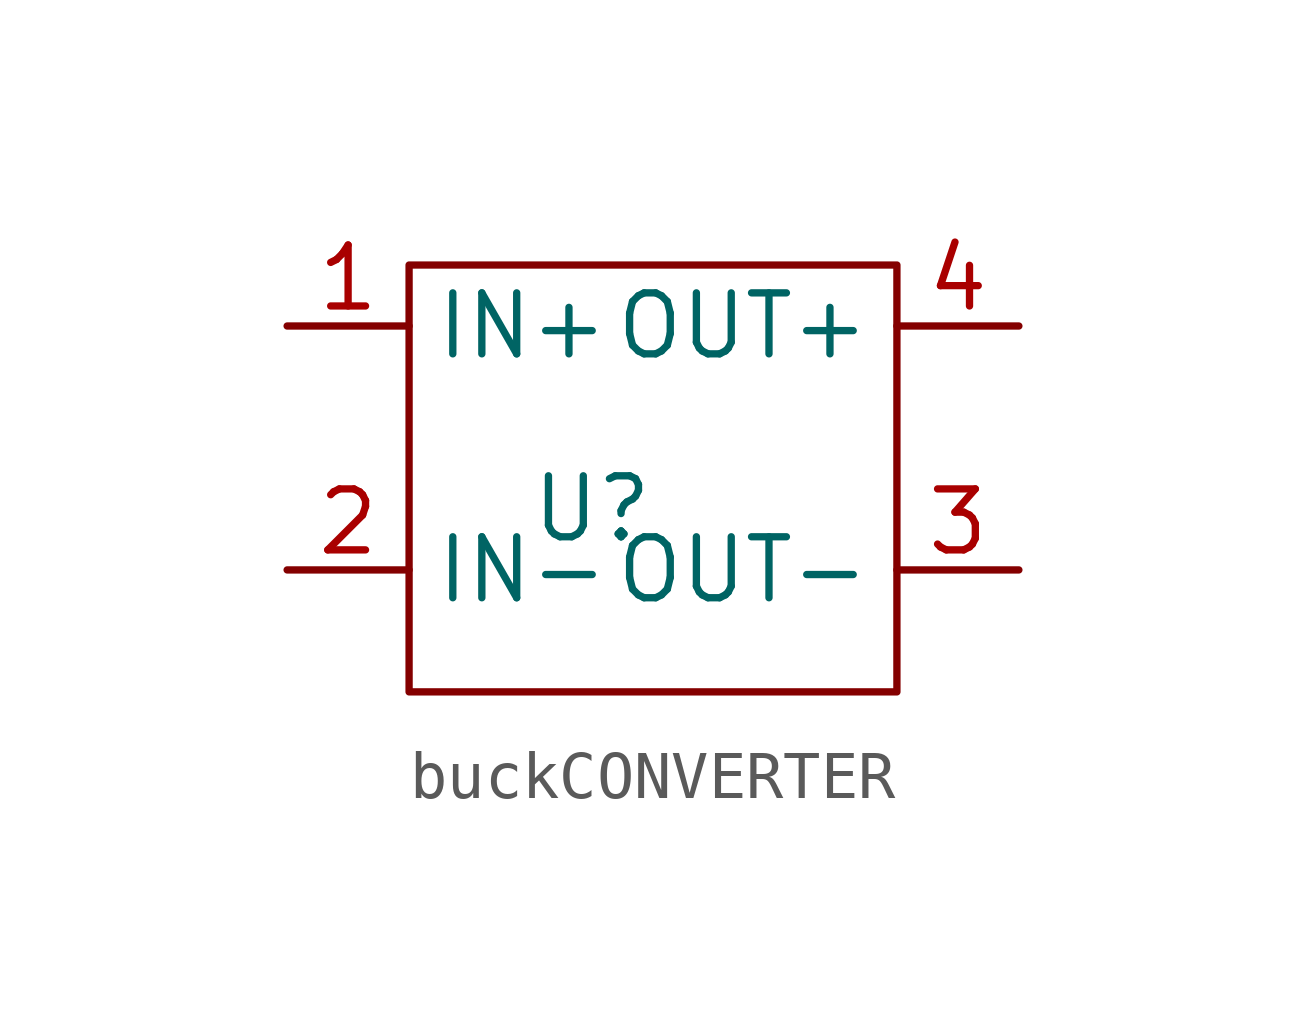
<source format=kicad_sym>
(kicad_symbol_lib
  (version 20220914)
  (generator kicad_symbol_editor)
  (symbol "buckCONVERTER"
    (property "Reference" "U"
      (at 0 0 0)
      (effects (font (size 1.27 1.27))))
    (property "Value" ""
      (at 0 0 0)
      (effects (font (size 1.27 1.27))))
    (symbol "buckCONVERTER_0_1"
      (rectangle (start -3.81 5.08) (end 6.35 -3.81) (stroke (width 0) (type default)) (fill (type none))))
    (symbol "buckCONVERTER_1_1"
      (pin input line (at -6.35 3.81 0) (length 2.54) (name "IN+" (effects (font (size 1.27 1.27)))) (number "1" (effects (font (size 1.27 1.27)))))
      (pin input line (at -6.35 -1.27 0) (length 2.54) (name "IN-" (effects (font (size 1.27 1.27)))) (number "2" (effects (font (size 1.27 1.27)))))
      (pin output line (at 8.89 -1.27 180) (length 2.54) (name "OUT-" (effects (font (size 1.27 1.27)))) (number "3" (effects (font (size 1.27 1.27)))))
      (pin output line (at 8.89 3.81 180) (length 2.54) (name "OUT+" (effects (font (size 1.27 1.27)))) (number "4" (effects (font (size 1.27 1.27))))))))
</source>
